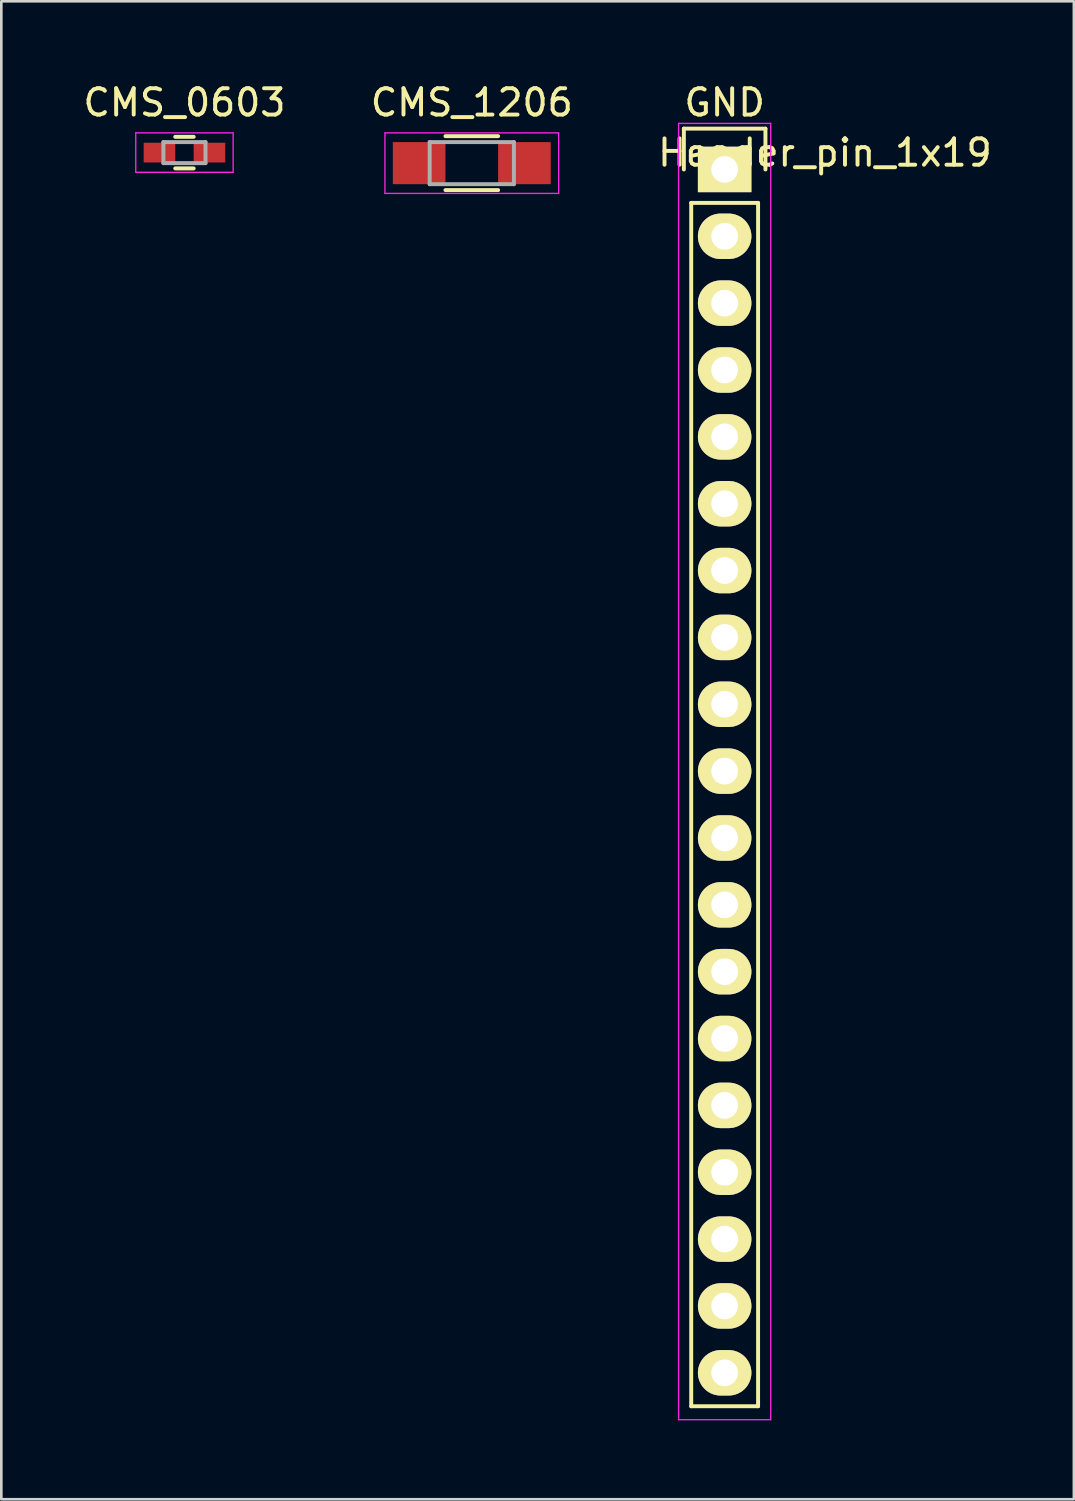
<source format=kicad_pcb>
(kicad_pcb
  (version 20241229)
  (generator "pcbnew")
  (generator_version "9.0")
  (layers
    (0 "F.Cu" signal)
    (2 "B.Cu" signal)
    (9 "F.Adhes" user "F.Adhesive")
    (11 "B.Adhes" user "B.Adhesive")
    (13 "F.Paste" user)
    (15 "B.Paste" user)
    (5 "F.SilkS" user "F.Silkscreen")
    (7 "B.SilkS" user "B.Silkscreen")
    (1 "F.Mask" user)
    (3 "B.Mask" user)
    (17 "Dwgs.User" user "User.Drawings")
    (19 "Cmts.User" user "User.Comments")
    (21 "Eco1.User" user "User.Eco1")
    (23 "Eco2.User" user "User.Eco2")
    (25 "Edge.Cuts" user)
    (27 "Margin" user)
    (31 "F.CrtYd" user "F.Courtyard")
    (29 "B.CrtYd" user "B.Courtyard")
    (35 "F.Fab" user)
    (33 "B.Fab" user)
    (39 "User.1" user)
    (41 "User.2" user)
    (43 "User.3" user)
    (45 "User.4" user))
  (footprint "CMS_1206"
    (layer "F.Cu")
    (at 14.875 3.148)
    (property "Reference" "CMS_1206" (at 0 -2.3 0) (layer "F.SilkS") (effects (font (size 1 1) (thickness 0.15))))
    (attr smd)
    (fp_line (start -1 1.025) (end 1 1.025) (stroke (width 0.15) (type solid)) (layer "F.SilkS"))
    (fp_line (start 1 -1.025) (end -1 -1.025) (stroke (width 0.15) (type solid)) (layer "F.SilkS"))
    (fp_line (start -3.3 -1.15) (end -3.3 1.15) (stroke (width 0.05) (type solid)) (layer "F.CrtYd"))
    (fp_line (start -3.3 -1.15) (end 3.3 -1.15) (stroke (width 0.05) (type solid)) (layer "F.CrtYd"))
    (fp_line (start -3.3 1.15) (end 3.3 1.15) (stroke (width 0.05) (type solid)) (layer "F.CrtYd"))
    (fp_line (start 3.3 -1.15) (end 3.3 1.15) (stroke (width 0.05) (type solid)) (layer "F.CrtYd"))
    (fp_line (start -1.6 -0.8) (end 1.6 -0.8) (stroke (width 0.15) (type solid)) (layer "F.Fab"))
    (fp_line (start -1.6 0.8) (end -1.6 -0.8) (stroke (width 0.15) (type solid)) (layer "F.Fab"))
    (fp_line (start 1.6 -0.8) (end 1.6 0.8) (stroke (width 0.15) (type solid)) (layer "F.Fab"))
    (fp_line (start 1.6 0.8) (end -1.6 0.8) (stroke (width 0.15) (type solid)) (layer "F.Fab"))
    (pad "1" smd rect (at -2 0) (size 2 1.6) (layers "F.Cu" "F.Mask" "F.Paste"))
    (pad "2" smd rect (at 2 0) (size 2 1.6) (layers "F.Cu" "F.Mask" "F.Paste")))
  (footprint "CMS_0603"
    (layer "F.Cu")
    (at 3.958 2.748)
    (property "Reference" "CMS_0603" (at 0 -1.9 0) (layer "F.SilkS") (effects (font (size 1 1) (thickness 0.15))))
    (attr smd)
    (fp_line (start -0.35 -0.6) (end 0.35 -0.6) (stroke (width 0.15) (type solid)) (layer "F.SilkS"))
    (fp_line (start 0.35 0.6) (end -0.35 0.6) (stroke (width 0.15) (type solid)) (layer "F.SilkS"))
    (fp_line (start -1.85 -0.75) (end -1.85 0.75) (stroke (width 0.05) (type solid)) (layer "F.CrtYd"))
    (fp_line (start -1.85 -0.75) (end 1.85 -0.75) (stroke (width 0.05) (type solid)) (layer "F.CrtYd"))
    (fp_line (start -1.85 0.75) (end 1.85 0.75) (stroke (width 0.05) (type solid)) (layer "F.CrtYd"))
    (fp_line (start 1.85 -0.75) (end 1.85 0.75) (stroke (width 0.05) (type solid)) (layer "F.CrtYd"))
    (fp_line (start -0.8 -0.4) (end 0.8 -0.4) (stroke (width 0.15) (type solid)) (layer "F.Fab"))
    (fp_line (start -0.8 0.4) (end -0.8 -0.4) (stroke (width 0.15) (type solid)) (layer "F.Fab"))
    (fp_line (start 0.8 -0.4) (end 0.8 0.4) (stroke (width 0.15) (type solid)) (layer "F.Fab"))
    (fp_line (start 0.8 0.4) (end -0.8 0.4) (stroke (width 0.15) (type solid)) (layer "F.Fab"))
    (pad "1" smd rect (at -0.95 0) (size 1.2 0.75) (layers "F.Cu" "F.Mask" "F.Paste"))
    (pad "2" smd rect (at 0.95 0) (size 1.2 0.75) (layers "F.Cu" "F.Mask" "F.Paste")))
  (footprint "Header_pin_1x19"
    (layer "F.Cu")
    (at 24.482 26.248)
    (property "Reference" "Header_pin_1x19" (at 3.81 -23.495 0) (layer "F.SilkS") (effects (font (size 1 1) (thickness 0.15))))
    (attr through_hole)
    (fp_line (start -1.55 -24.41) (end -1.55 -22.86) (stroke (width 0.15) (type solid)) (layer "F.SilkS"))
    (fp_line (start -1.27 -21.59) (end -1.27 24.13) (stroke (width 0.15) (type solid)) (layer "F.SilkS"))
    (fp_line (start -1.27 -21.59) (end 1.27 -21.59) (stroke (width 0.15) (type solid)) (layer "F.SilkS"))
    (fp_line (start -1.27 24.13) (end 1.27 24.13) (stroke (width 0.15) (type solid)) (layer "F.SilkS"))
    (fp_line (start 1.27 24.13) (end 1.27 -21.59) (stroke (width 0.15) (type solid)) (layer "F.SilkS"))
    (fp_line (start 1.55 -24.41) (end -1.55 -24.41) (stroke (width 0.15) (type solid)) (layer "F.SilkS"))
    (fp_line (start 1.55 -22.86) (end 1.55 -24.41) (stroke (width 0.15) (type solid)) (layer "F.SilkS"))
    (fp_line (start -1.75 -24.61) (end -1.75 24.64) (stroke (width 0.05) (type solid)) (layer "F.CrtYd"))
    (fp_line (start 1.75 -24.61) (end -1.75 -24.61) (stroke (width 0.05) (type solid)) (layer "F.CrtYd"))
    (fp_line (start 1.75 -24.61) (end 1.75 24.64) (stroke (width 0.05) (type solid)) (layer "F.CrtYd"))
    (fp_line (start 1.75 24.64) (end -1.75 24.64) (stroke (width 0.05) (type solid)) (layer "F.CrtYd"))
    (fp_text user "GND" (at 0 -25.4 0) (layer "F.SilkS") (effects (font (size 1 1) (thickness 0.15))))
    (pad "1" thru_hole rect (at 0 -22.86 270) (size 1.727 2.032) (drill 1.016) (layers "*.Cu" "*.Mask" "F.SilkS"))
    (pad "2" thru_hole oval (at 0 -20.32 270) (size 1.727 2.032) (drill 1.016) (layers "*.Cu" "*.Mask" "F.SilkS"))
    (pad "3" thru_hole oval (at 0 -17.78 270) (size 1.727 2.032) (drill 1.016) (layers "*.Cu" "*.Mask" "F.SilkS"))
    (pad "4" thru_hole oval (at 0 -15.24 270) (size 1.727 2.032) (drill 1.016) (layers "*.Cu" "*.Mask" "F.SilkS"))
    (pad "5" thru_hole oval (at 0 -12.7 270) (size 1.727 2.032) (drill 1.016) (layers "*.Cu" "*.Mask" "F.SilkS"))
    (pad "6" thru_hole oval (at 0 -10.16 270) (size 1.727 2.032) (drill 1.016) (layers "*.Cu" "*.Mask" "F.SilkS"))
    (pad "7" thru_hole oval (at 0 -7.62 270) (size 1.727 2.032) (drill 1.016) (layers "*.Cu" "*.Mask" "F.SilkS"))
    (pad "8" thru_hole oval (at 0 -5.08 270) (size 1.727 2.032) (drill 1.016) (layers "*.Cu" "*.Mask" "F.SilkS"))
    (pad "9" thru_hole oval (at 0 -2.54 270) (size 1.727 2.032) (drill 1.016) (layers "*.Cu" "*.Mask" "F.SilkS"))
    (pad "10" thru_hole oval (at 0 0 270) (size 1.727 2.032) (drill 1.016) (layers "*.Cu" "*.Mask" "F.SilkS"))
    (pad "11" thru_hole oval (at 0 2.54 270) (size 1.727 2.032) (drill 1.016) (layers "*.Cu" "*.Mask" "F.SilkS"))
    (pad "12" thru_hole oval (at 0 5.08 270) (size 1.727 2.032) (drill 1.016) (layers "*.Cu" "*.Mask" "F.SilkS"))
    (pad "13" thru_hole oval (at 0 7.62 270) (size 1.727 2.032) (drill 1.016) (layers "*.Cu" "*.Mask" "F.SilkS"))
    (pad "14" thru_hole oval (at 0 10.16 270) (size 1.727 2.032) (drill 1.016) (layers "*.Cu" "*.Mask" "F.SilkS"))
    (pad "15" thru_hole oval (at 0 12.7 270) (size 1.727 2.032) (drill 1.016) (layers "*.Cu" "*.Mask" "F.SilkS"))
    (pad "16" thru_hole oval (at 0 15.24 270) (size 1.727 2.032) (drill 1.016) (layers "*.Cu" "*.Mask" "F.SilkS"))
    (pad "17" thru_hole oval (at 0 17.78 270) (size 1.727 2.032) (drill 1.016) (layers "*.Cu" "*.Mask" "F.SilkS"))
    (pad "18" thru_hole oval (at 0 20.32 270) (size 1.727 2.032) (drill 1.016) (layers "*.Cu" "*.Mask" "F.SilkS"))
    (pad "19" thru_hole oval (at 0 22.86 270) (size 1.727 2.032) (drill 1.016) (layers "*.Cu" "*.Mask" "F.SilkS")))
  (gr_rect
    (start -3 -3)
    (end 37.75 53.913)
    (stroke (width 0.1) (type default))
    (fill no)
    (layer "Edge.Cuts")))
</source>
